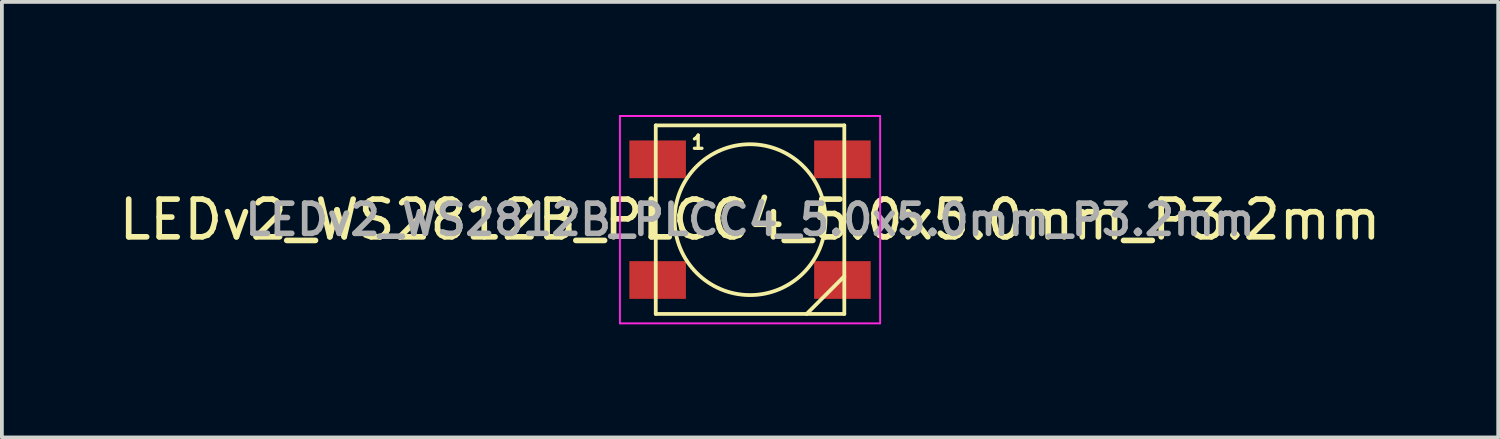
<source format=kicad_pcb>
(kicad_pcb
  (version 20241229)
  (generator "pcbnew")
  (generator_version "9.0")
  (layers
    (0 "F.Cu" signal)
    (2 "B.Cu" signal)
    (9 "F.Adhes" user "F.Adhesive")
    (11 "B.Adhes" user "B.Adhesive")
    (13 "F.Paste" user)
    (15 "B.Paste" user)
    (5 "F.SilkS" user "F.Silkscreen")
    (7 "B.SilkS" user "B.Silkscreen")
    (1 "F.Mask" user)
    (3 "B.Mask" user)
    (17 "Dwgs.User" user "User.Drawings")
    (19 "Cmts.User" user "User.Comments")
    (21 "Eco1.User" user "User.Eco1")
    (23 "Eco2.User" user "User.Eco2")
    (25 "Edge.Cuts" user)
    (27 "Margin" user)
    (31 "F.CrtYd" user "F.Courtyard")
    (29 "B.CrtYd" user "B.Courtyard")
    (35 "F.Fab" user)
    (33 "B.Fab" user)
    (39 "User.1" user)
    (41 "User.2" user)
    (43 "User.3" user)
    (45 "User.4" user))
  (footprint "LEDv2_WS2812B_PLCC4_5.0x5.0mm_P3.2mm"
    (layer "F.Cu")
    (at 16.839 2.775)
    (property "Reference" "LEDv2_WS2812B_PLCC4_5.0x5.0mm_P3.2mm" (at 0 0 0) (layer "F.SilkS") (effects (font (size 1 1) (thickness 0.15))))
    (attr smd)
    (fp_line (start -2.5 -2.5) (end -2.5 2.5) (stroke (width 0.1) (type solid)) (layer "F.SilkS"))
    (fp_line (start -2.5 2.5) (end 2.5 2.5) (stroke (width 0.1) (type solid)) (layer "F.SilkS"))
    (fp_line (start 2.5 -2.5) (end -2.5 -2.5) (stroke (width 0.1) (type solid)) (layer "F.SilkS"))
    (fp_line (start 2.5 1.5) (end 1.5 2.5) (stroke (width 0.1) (type solid)) (layer "F.SilkS"))
    (fp_line (start 2.5 2.5) (end 2.5 -2.5) (stroke (width 0.1) (type solid)) (layer "F.SilkS"))
    (fp_circle (center 0 0) (end 2 0) (stroke (width 0.1) (type solid)) (fill no) (layer "F.SilkS"))
    (fp_line (start -3.45 -2.75) (end -3.45 2.75) (stroke (width 0.05) (type solid)) (layer "F.CrtYd"))
    (fp_line (start -3.45 2.75) (end 3.45 2.75) (stroke (width 0.05) (type solid)) (layer "F.CrtYd"))
    (fp_line (start 3.45 -2.75) (end -3.45 -2.75) (stroke (width 0.05) (type solid)) (layer "F.CrtYd"))
    (fp_line (start 3.45 2.75) (end 3.45 -2.75) (stroke (width 0.05) (type solid)) (layer "F.CrtYd"))
    (fp_text user "1" (at -1.375 -2.05 0) (layer "F.SilkS") (effects (font (size 0.35 0.35) (thickness 0.087))))
    (fp_text user "${REFERENCE}" (at 0 0 180) (layer "F.Fab") (effects (font (size 0.8 0.8) (thickness 0.15))))
    (pad "1" smd rect (at -2.45 -1.6) (size 1.5 1) (layers "F.Cu" "F.Mask" "F.Paste"))
    (pad "2" smd rect (at -2.45 1.6) (size 1.5 1) (layers "F.Cu" "F.Mask" "F.Paste"))
    (pad "3" smd rect (at 2.45 1.6) (size 1.5 1) (layers "F.Cu" "F.Mask" "F.Paste"))
    (pad "4" smd rect (at 2.45 -1.6) (size 1.5 1) (layers "F.Cu" "F.Mask" "F.Paste")))
  (gr_rect
    (start -3 -3)
    (end 36.679 8.55)
    (stroke (width 0.1) (type default))
    (fill no)
    (layer "Edge.Cuts")))
</source>
